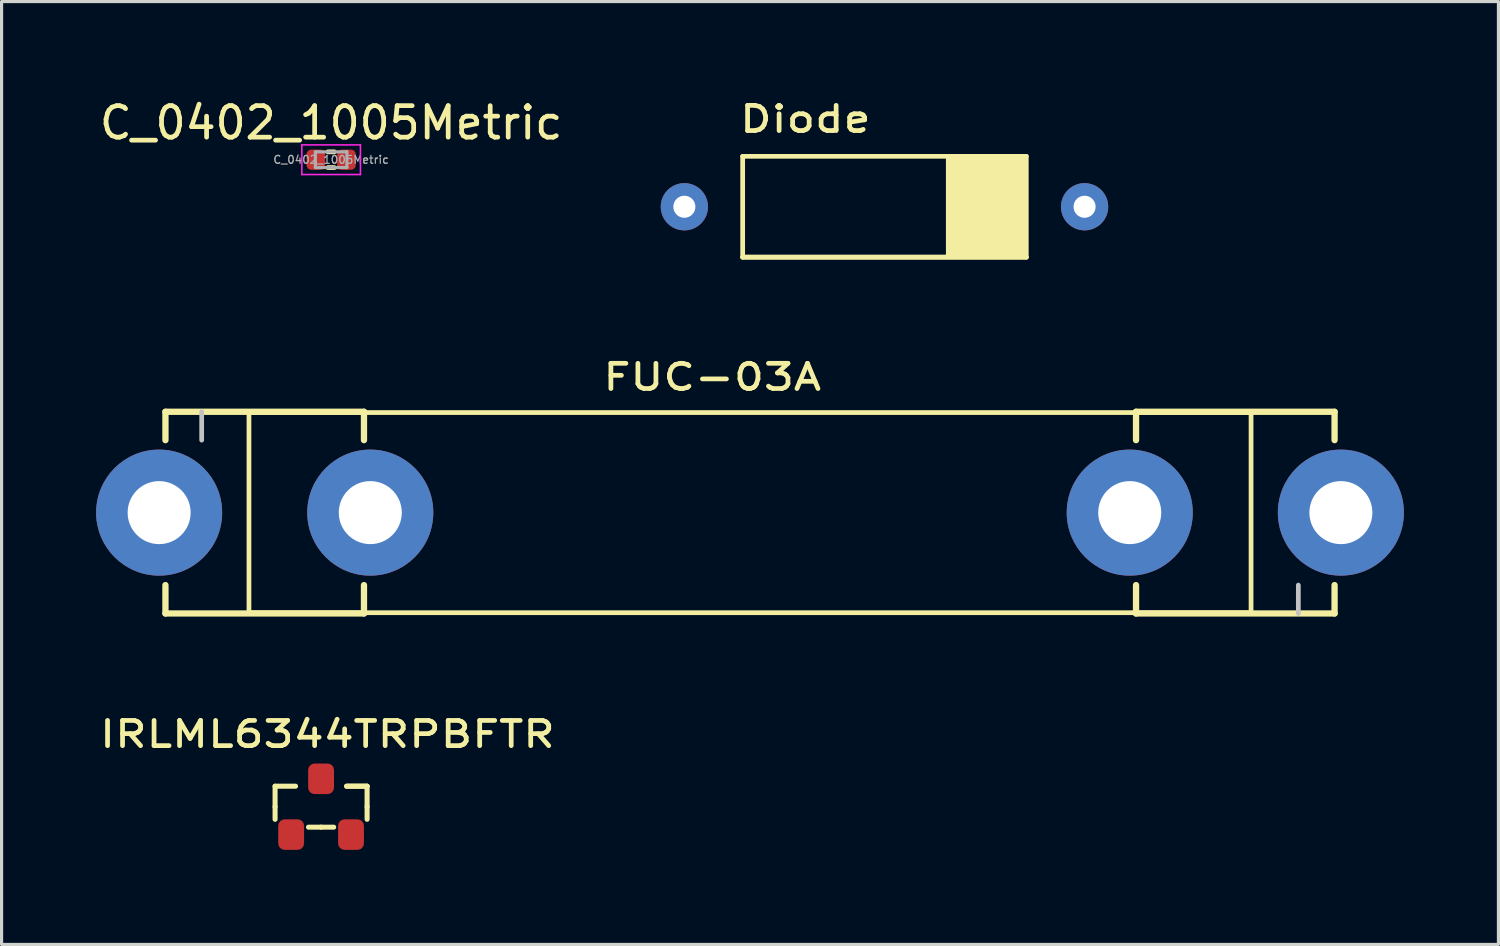
<source format=kicad_pcb>
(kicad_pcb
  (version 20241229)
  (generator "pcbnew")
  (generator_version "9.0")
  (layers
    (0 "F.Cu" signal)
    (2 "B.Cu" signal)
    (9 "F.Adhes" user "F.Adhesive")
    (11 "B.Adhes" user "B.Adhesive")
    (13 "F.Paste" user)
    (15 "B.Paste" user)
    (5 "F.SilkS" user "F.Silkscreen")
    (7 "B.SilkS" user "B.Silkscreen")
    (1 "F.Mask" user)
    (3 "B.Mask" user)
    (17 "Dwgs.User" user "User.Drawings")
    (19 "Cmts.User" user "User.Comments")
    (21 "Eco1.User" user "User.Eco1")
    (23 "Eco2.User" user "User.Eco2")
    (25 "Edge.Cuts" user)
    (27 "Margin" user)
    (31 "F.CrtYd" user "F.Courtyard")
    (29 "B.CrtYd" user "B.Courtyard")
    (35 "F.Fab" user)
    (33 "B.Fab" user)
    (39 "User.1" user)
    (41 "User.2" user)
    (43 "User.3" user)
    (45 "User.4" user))
  (footprint "C_0402_1005Metric"
    (layer "F.Cu")
    (at 7.458 2.018)
    (property "Reference" "C_0402_1005Metric" (at 0 -1.17 0) (layer "F.SilkS") (effects (font (size 1 1) (thickness 0.15))))
    (attr smd)
    (fp_line (start -0.1 -0.25) (end 0.1 -0.25) (stroke (width 0.15) (type solid)) (layer "F.SilkS"))
    (fp_line (start 0.1 0.25) (end -0.1 0.25) (stroke (width 0.15) (type solid)) (layer "F.SilkS"))
    (fp_line (start -0.93 -0.47) (end 0.93 -0.47) (stroke (width 0.05) (type solid)) (layer "F.CrtYd"))
    (fp_line (start -0.93 0.47) (end -0.93 -0.47) (stroke (width 0.05) (type solid)) (layer "F.CrtYd"))
    (fp_line (start 0.93 -0.47) (end 0.93 0.47) (stroke (width 0.05) (type solid)) (layer "F.CrtYd"))
    (fp_line (start 0.93 0.47) (end -0.93 0.47) (stroke (width 0.05) (type solid)) (layer "F.CrtYd"))
    (fp_line (start -0.5 -0.25) (end 0.5 -0.25) (stroke (width 0.1) (type solid)) (layer "F.Fab"))
    (fp_line (start -0.5 0.25) (end -0.5 -0.25) (stroke (width 0.1) (type solid)) (layer "F.Fab"))
    (fp_line (start 0.5 -0.25) (end 0.5 0.25) (stroke (width 0.1) (type solid)) (layer "F.Fab"))
    (fp_line (start 0.5 0.25) (end -0.5 0.25) (stroke (width 0.1) (type solid)) (layer "F.Fab"))
    (fp_text user "${REFERENCE}" (at 0 0 0) (layer "F.Fab") (effects (font (size 0.25 0.25) (thickness 0.04))))
    (pad "1" smd roundrect (at -0.485 0) (size 0.59 0.64) (layers "F.Cu" "F.Mask" "F.Paste") (roundrect_rratio 0.25))
    (pad "2" smd roundrect (at 0.485 0) (size 0.59 0.64) (layers "F.Cu" "F.Mask" "F.Paste") (roundrect_rratio 0.25)))
  (footprint "IRLML6344TRPBFTR"
    (layer "F.Cu")
    (at 7.139 22.549)
    (property "Reference" "IRLML6344TRPBFTR" (at 0.2 -2.3 0) (layer "F.SilkS") (effects (font (size 0.8 1) (thickness 0.15))))
    (attr through_hole)
    (fp_line (start -1.46 -0.65) (end -1.46 0) (stroke (width 0.16) (type solid)) (layer "F.SilkS"))
    (fp_line (start -1.46 -0.65) (end -0.81 -0.65) (stroke (width 0.16) (type solid)) (layer "F.SilkS"))
    (fp_line (start -1.46 0) (end -1.46 0.4) (stroke (width 0.16) (type solid)) (layer "F.SilkS"))
    (fp_line (start 0 0.65) (end -0.4 0.65) (stroke (width 0.16) (type solid)) (layer "F.SilkS"))
    (fp_line (start 0 0.65) (end 0.4 0.65) (stroke (width 0.16) (type solid)) (layer "F.SilkS"))
    (fp_line (start 0.81 -0.65) (end 1.46 -0.65) (stroke (width 0.16) (type solid)) (layer "F.SilkS"))
    (fp_line (start 1.46 -0.65) (end 0.81 -0.65) (stroke (width 0.16) (type solid)) (layer "F.SilkS"))
    (fp_line (start 1.46 -0.65) (end 1.46 0) (stroke (width 0.16) (type solid)) (layer "F.SilkS"))
    (fp_line (start 1.46 0) (end 1.46 0.4) (stroke (width 0.16) (type solid)) (layer "F.SilkS"))
    (pad "1" smd roundrect (at -0.95 0.885 270) (size 0.97 0.82) (layers "F.Cu" "F.Mask" "F.Paste") (roundrect_rratio 0.25))
    (pad "2" smd roundrect (at 0.95 0.885 270) (size 0.97 0.82) (layers "F.Cu" "F.Mask" "F.Paste") (roundrect_rratio 0.25))
    (pad "3" smd roundrect (at 0 -0.885 270) (size 0.97 0.82) (layers "F.Cu" "F.Mask" "F.Paste") (roundrect_rratio 0.25)))
  (footprint "FUC-03A"
    (layer "F.Cu")
    (at 20.75 13.217)
    (property "Reference" "FUC-03A" (at -1.2 -4.3 0) (layer "F.SilkS") (effects (font (size 0.8 1) (thickness 0.15))))
    (attr through_hole)
    (fp_line (start -18.55 -3.2) (end -18.55 -2.3) (stroke (width 0.2) (type solid)) (layer "F.SilkS"))
    (fp_line (start -18.55 -3.2) (end -12.25 -3.2) (stroke (width 0.2) (type solid)) (layer "F.SilkS"))
    (fp_line (start -18.55 3.2) (end -18.55 2.3) (stroke (width 0.2) (type solid)) (layer "F.SilkS"))
    (fp_line (start -18.55 3.2) (end -12.25 3.2) (stroke (width 0.2) (type solid)) (layer "F.SilkS"))
    (fp_line (start -15.9 -3.175) (end -15.9 3.175) (stroke (width 0.15) (type solid)) (layer "F.SilkS"))
    (fp_line (start -15.9 -3.175) (end 15.9 -3.175) (stroke (width 0.15) (type solid)) (layer "F.SilkS"))
    (fp_line (start -12.25 -3.2) (end -12.25 -2.3) (stroke (width 0.2) (type solid)) (layer "F.SilkS"))
    (fp_line (start -12.25 3.2) (end -12.25 2.3) (stroke (width 0.2) (type solid)) (layer "F.SilkS"))
    (fp_line (start 12.25 -3.2) (end 12.25 -2.3) (stroke (width 0.2) (type solid)) (layer "F.SilkS"))
    (fp_line (start 12.25 3.2) (end 12.25 2.3) (stroke (width 0.2) (type solid)) (layer "F.SilkS"))
    (fp_line (start 15.9 -3.175) (end 15.9 3.175) (stroke (width 0.15) (type solid)) (layer "F.SilkS"))
    (fp_line (start 15.9 3.175) (end -15.9 3.175) (stroke (width 0.15) (type solid)) (layer "F.SilkS"))
    (fp_line (start 18.55 -3.2) (end 12.25 -3.2) (stroke (width 0.2) (type solid)) (layer "F.SilkS"))
    (fp_line (start 18.55 -3.2) (end 18.55 -2.3) (stroke (width 0.2) (type solid)) (layer "F.SilkS"))
    (fp_line (start 18.55 3.2) (end 12.25 3.2) (stroke (width 0.2) (type solid)) (layer "F.SilkS"))
    (fp_line (start 18.55 3.2) (end 18.55 2.3) (stroke (width 0.2) (type solid)) (layer "F.SilkS"))
    (fp_line (start -17.4 -3.2) (end -17.4 -2.3) (stroke (width 0.15) (type solid)) (layer "Dwgs.User"))
    (fp_line (start 17.4 3.2) (end 17.4 2.3) (stroke (width 0.15) (type solid)) (layer "Dwgs.User"))
    (pad "1" thru_hole circle (at -18.75 0) (size 4 4) (drill 2) (layers "*.Cu" "*.Mask"))
    (pad "1" thru_hole circle (at -12.05 0) (size 4 4) (drill 2) (layers "*.Cu" "*.Mask"))
    (pad "2" thru_hole circle (at 12.05 0 180) (size 4 4) (drill 2) (layers "*.Cu" "*.Mask"))
    (pad "2" thru_hole circle (at 18.75 0 180) (size 4 4) (drill 2) (layers "*.Cu" "*.Mask")))
  (footprint "Diode"
    (layer "F.Cu")
    (at 25.017 3.511)
    (property "Reference" "Diode" (at -2.51 -2.78 0) (layer "F.SilkS") (effects (font (size 0.8 1) (thickness 0.15))))
    (attr through_hole)
    (fp_line (start -4.5 -1.6) (end -4.5 1.6) (stroke (width 0.15) (type solid)) (layer "F.SilkS"))
    (fp_line (start -4.5 -1.6) (end 4.5 -1.6) (stroke (width 0.15) (type solid)) (layer "F.SilkS"))
    (fp_line (start -4.5 1.6) (end 4.5 1.6) (stroke (width 0.15) (type solid)) (layer "F.SilkS"))
    (fp_line (start 4.5 1.6) (end -4.5 1.6) (stroke (width 0.15) (type solid)) (layer "F.SilkS"))
    (fp_line (start 4.5 1.6) (end 4.5 -1.6) (stroke (width 0.15) (type solid)) (layer "F.SilkS"))
    (fp_poly (pts (xy 4.5 1.6) (xy 2 1.6) (xy 2 -1.6) (xy 4.5 -1.6)) (stroke (width 0.1) (type solid)) (fill yes) (layer "F.SilkS"))
    (pad "A" thru_hole circle (at -6.35 0) (size 1.5 1.5) (drill 0.7) (layers "*.Cu" "*.Mask"))
    (pad "K" thru_hole circle (at 6.35 0) (size 1.5 1.5) (drill 0.7) (layers "*.Cu" "*.Mask")))
  (gr_rect
    (start -3 -3)
    (end 44.5 26.919)
    (stroke (width 0.1) (type default))
    (fill no)
    (layer "Edge.Cuts")))
</source>
